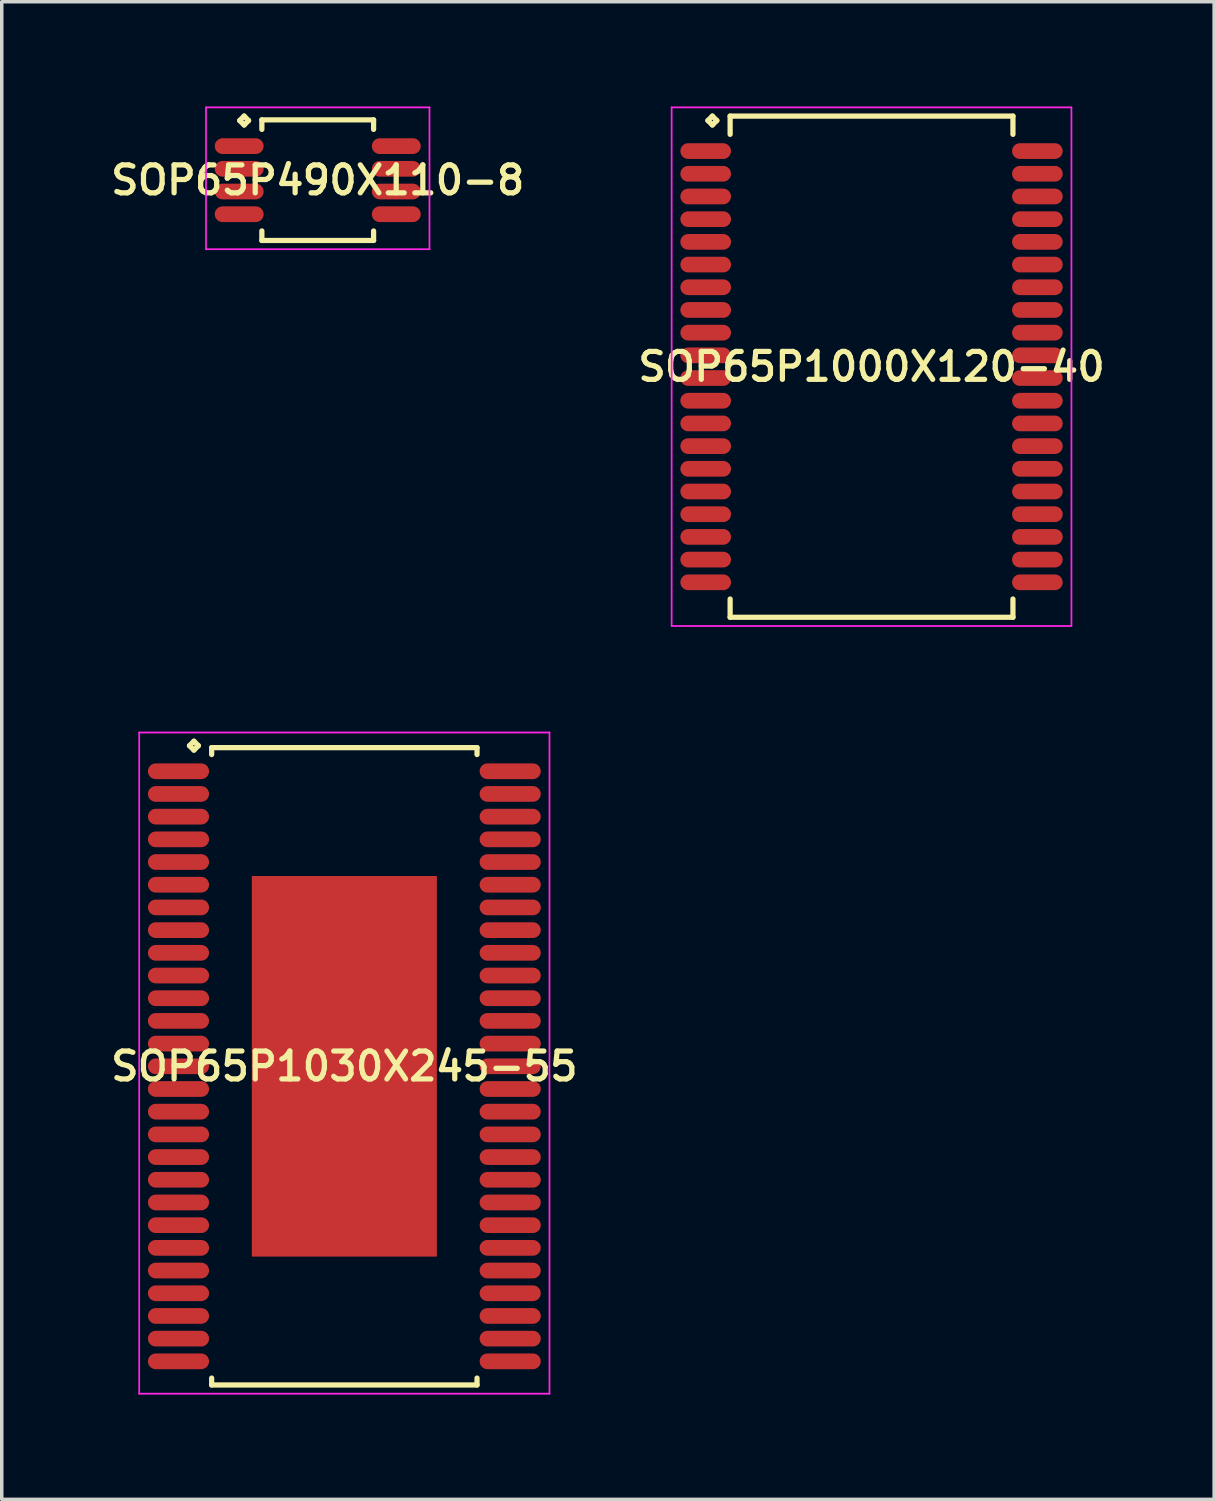
<source format=kicad_pcb>
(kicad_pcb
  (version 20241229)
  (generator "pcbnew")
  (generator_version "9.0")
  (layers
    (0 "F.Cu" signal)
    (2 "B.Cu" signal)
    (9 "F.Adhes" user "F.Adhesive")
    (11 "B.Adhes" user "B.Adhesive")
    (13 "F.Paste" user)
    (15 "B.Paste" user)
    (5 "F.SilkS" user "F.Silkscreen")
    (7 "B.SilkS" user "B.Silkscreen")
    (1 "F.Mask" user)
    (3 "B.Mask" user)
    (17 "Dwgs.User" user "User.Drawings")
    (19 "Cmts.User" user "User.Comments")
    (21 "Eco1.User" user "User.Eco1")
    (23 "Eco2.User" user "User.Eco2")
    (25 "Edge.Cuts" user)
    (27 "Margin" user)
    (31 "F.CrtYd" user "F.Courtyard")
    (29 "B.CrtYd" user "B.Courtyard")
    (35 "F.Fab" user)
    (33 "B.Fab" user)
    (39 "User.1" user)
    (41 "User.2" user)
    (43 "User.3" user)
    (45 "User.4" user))
  (footprint "SOP65P1000X120-40"
    (layer "F.Cu")
    (at 21.911 7.452)
    (property "Reference" "SOP65P1000X120-40" (at 0 0 0) (layer "F.SilkS") (effects (font (size 0.8 0.8) (thickness 0.15))))
    (attr smd)
    (fp_line (start -4.685 -7.05) (end -4.558 -7.177) (stroke (width 0.15) (type solid)) (layer "F.SilkS"))
    (fp_line (start -4.558 -7.177) (end -4.431 -7.05) (stroke (width 0.15) (type solid)) (layer "F.SilkS"))
    (fp_line (start -4.558 -6.923) (end -4.685 -7.05) (stroke (width 0.15) (type solid)) (layer "F.SilkS"))
    (fp_line (start -4.431 -7.05) (end -4.558 -6.923) (stroke (width 0.15) (type solid)) (layer "F.SilkS"))
    (fp_line (start -4.05 -7.177) (end 4.05 -7.177) (stroke (width 0.15) (type solid)) (layer "F.SilkS"))
    (fp_line (start -4.05 -6.654) (end -4.05 -7.177) (stroke (width 0.15) (type solid)) (layer "F.SilkS"))
    (fp_line (start -4.05 6.654) (end -4.05 7.177) (stroke (width 0.15) (type solid)) (layer "F.SilkS"))
    (fp_line (start -4.05 7.177) (end 4.05 7.177) (stroke (width 0.15) (type solid)) (layer "F.SilkS"))
    (fp_line (start 4.05 -7.177) (end 4.05 -6.654) (stroke (width 0.15) (type solid)) (layer "F.SilkS"))
    (fp_line (start 4.05 7.177) (end 4.05 6.654) (stroke (width 0.15) (type solid)) (layer "F.SilkS"))
    (fp_line (start -5.725 -7.427) (end 5.725 -7.427) (stroke (width 0.05) (type solid)) (layer "F.CrtYd"))
    (fp_line (start -5.725 7.427) (end -5.725 -7.427) (stroke (width 0.05) (type solid)) (layer "F.CrtYd"))
    (fp_line (start 5.725 -7.427) (end 5.725 7.427) (stroke (width 0.05) (type solid)) (layer "F.CrtYd"))
    (fp_line (start 5.725 7.427) (end -5.725 7.427) (stroke (width 0.05) (type solid)) (layer "F.CrtYd"))
    (pad "1" smd oval (at -4.75 -6.175) (size 1.45 0.45) (layers "F.Cu" "F.Mask" "F.Paste"))
    (pad "2" smd oval (at -4.75 -5.525) (size 1.45 0.45) (layers "F.Cu" "F.Mask" "F.Paste"))
    (pad "3" smd oval (at -4.75 -4.875) (size 1.45 0.45) (layers "F.Cu" "F.Mask" "F.Paste"))
    (pad "4" smd oval (at -4.75 -4.225) (size 1.45 0.45) (layers "F.Cu" "F.Mask" "F.Paste"))
    (pad "5" smd oval (at -4.75 -3.575) (size 1.45 0.45) (layers "F.Cu" "F.Mask" "F.Paste"))
    (pad "6" smd oval (at -4.75 -2.925) (size 1.45 0.45) (layers "F.Cu" "F.Mask" "F.Paste"))
    (pad "7" smd oval (at -4.75 -2.275) (size 1.45 0.45) (layers "F.Cu" "F.Mask" "F.Paste"))
    (pad "8" smd oval (at -4.75 -1.625) (size 1.45 0.45) (layers "F.Cu" "F.Mask" "F.Paste"))
    (pad "9" smd oval (at -4.75 -0.975) (size 1.45 0.45) (layers "F.Cu" "F.Mask" "F.Paste"))
    (pad "10" smd oval (at -4.75 -0.325) (size 1.45 0.45) (layers "F.Cu" "F.Mask" "F.Paste"))
    (pad "11" smd oval (at -4.75 0.325) (size 1.45 0.45) (layers "F.Cu" "F.Mask" "F.Paste"))
    (pad "12" smd oval (at -4.75 0.975) (size 1.45 0.45) (layers "F.Cu" "F.Mask" "F.Paste"))
    (pad "13" smd oval (at -4.75 1.625) (size 1.45 0.45) (layers "F.Cu" "F.Mask" "F.Paste"))
    (pad "14" smd oval (at -4.75 2.275) (size 1.45 0.45) (layers "F.Cu" "F.Mask" "F.Paste"))
    (pad "15" smd oval (at -4.75 2.925) (size 1.45 0.45) (layers "F.Cu" "F.Mask" "F.Paste"))
    (pad "16" smd oval (at -4.75 3.575) (size 1.45 0.45) (layers "F.Cu" "F.Mask" "F.Paste"))
    (pad "17" smd oval (at -4.75 4.225) (size 1.45 0.45) (layers "F.Cu" "F.Mask" "F.Paste"))
    (pad "18" smd oval (at -4.75 4.875) (size 1.45 0.45) (layers "F.Cu" "F.Mask" "F.Paste"))
    (pad "19" smd oval (at -4.75 5.525) (size 1.45 0.45) (layers "F.Cu" "F.Mask" "F.Paste"))
    (pad "20" smd oval (at -4.75 6.175) (size 1.45 0.45) (layers "F.Cu" "F.Mask" "F.Paste"))
    (pad "21" smd oval (at 4.75 6.175) (size 1.45 0.45) (layers "F.Cu" "F.Mask" "F.Paste"))
    (pad "22" smd oval (at 4.75 5.525) (size 1.45 0.45) (layers "F.Cu" "F.Mask" "F.Paste"))
    (pad "23" smd oval (at 4.75 4.875) (size 1.45 0.45) (layers "F.Cu" "F.Mask" "F.Paste"))
    (pad "24" smd oval (at 4.75 4.225) (size 1.45 0.45) (layers "F.Cu" "F.Mask" "F.Paste"))
    (pad "25" smd oval (at 4.75 3.575) (size 1.45 0.45) (layers "F.Cu" "F.Mask" "F.Paste"))
    (pad "26" smd oval (at 4.75 2.925) (size 1.45 0.45) (layers "F.Cu" "F.Mask" "F.Paste"))
    (pad "27" smd oval (at 4.75 2.275) (size 1.45 0.45) (layers "F.Cu" "F.Mask" "F.Paste"))
    (pad "28" smd oval (at 4.75 1.625) (size 1.45 0.45) (layers "F.Cu" "F.Mask" "F.Paste"))
    (pad "29" smd oval (at 4.75 0.975) (size 1.45 0.45) (layers "F.Cu" "F.Mask" "F.Paste"))
    (pad "30" smd oval (at 4.75 0.325) (size 1.45 0.45) (layers "F.Cu" "F.Mask" "F.Paste"))
    (pad "31" smd oval (at 4.75 -0.325) (size 1.45 0.45) (layers "F.Cu" "F.Mask" "F.Paste"))
    (pad "32" smd oval (at 4.75 -0.975) (size 1.45 0.45) (layers "F.Cu" "F.Mask" "F.Paste"))
    (pad "33" smd oval (at 4.75 -1.625) (size 1.45 0.45) (layers "F.Cu" "F.Mask" "F.Paste"))
    (pad "34" smd oval (at 4.75 -2.275) (size 1.45 0.45) (layers "F.Cu" "F.Mask" "F.Paste"))
    (pad "35" smd oval (at 4.75 -2.925) (size 1.45 0.45) (layers "F.Cu" "F.Mask" "F.Paste"))
    (pad "36" smd oval (at 4.75 -3.575) (size 1.45 0.45) (layers "F.Cu" "F.Mask" "F.Paste"))
    (pad "37" smd oval (at 4.75 -4.225) (size 1.45 0.45) (layers "F.Cu" "F.Mask" "F.Paste"))
    (pad "38" smd oval (at 4.75 -4.875) (size 1.45 0.45) (layers "F.Cu" "F.Mask" "F.Paste"))
    (pad "39" smd oval (at 4.75 -5.525) (size 1.45 0.45) (layers "F.Cu" "F.Mask" "F.Paste"))
    (pad "40" smd oval (at 4.75 -6.175) (size 1.45 0.45) (layers "F.Cu" "F.Mask" "F.Paste")))
  (footprint "SOP65P1030X245-55"
    (layer "F.Cu")
    (at 6.812 27.489)
    (property "Reference" "SOP65P1030X245-55" (at 0 0 0) (layer "F.SilkS") (effects (font (size 0.8 0.8) (thickness 0.15))))
    (attr smd)
    (fp_line (start -4.435 -9.183) (end -4.308 -9.31) (stroke (width 0.15) (type solid)) (layer "F.SilkS"))
    (fp_line (start -4.308 -9.31) (end -4.181 -9.183) (stroke (width 0.15) (type solid)) (layer "F.SilkS"))
    (fp_line (start -4.308 -9.056) (end -4.435 -9.183) (stroke (width 0.15) (type solid)) (layer "F.SilkS"))
    (fp_line (start -4.181 -9.183) (end -4.308 -9.056) (stroke (width 0.15) (type solid)) (layer "F.SilkS"))
    (fp_line (start -3.8 -9.127) (end 3.8 -9.127) (stroke (width 0.15) (type solid)) (layer "F.SilkS"))
    (fp_line (start -3.8 -8.929) (end -3.8 -9.127) (stroke (width 0.15) (type solid)) (layer "F.SilkS"))
    (fp_line (start -3.8 8.929) (end -3.8 9.127) (stroke (width 0.15) (type solid)) (layer "F.SilkS"))
    (fp_line (start -3.8 9.127) (end 3.8 9.127) (stroke (width 0.15) (type solid)) (layer "F.SilkS"))
    (fp_line (start 3.8 -9.127) (end 3.8 -8.929) (stroke (width 0.15) (type solid)) (layer "F.SilkS"))
    (fp_line (start 3.8 9.127) (end 3.8 8.929) (stroke (width 0.15) (type solid)) (layer "F.SilkS"))
    (fp_line (start -5.875 -9.56) (end 5.875 -9.56) (stroke (width 0.05) (type solid)) (layer "F.CrtYd"))
    (fp_line (start -5.875 9.377) (end -5.875 -9.56) (stroke (width 0.05) (type solid)) (layer "F.CrtYd"))
    (fp_line (start 5.875 -9.56) (end 5.875 9.377) (stroke (width 0.05) (type solid)) (layer "F.CrtYd"))
    (fp_line (start 5.875 9.377) (end -5.875 9.377) (stroke (width 0.05) (type solid)) (layer "F.CrtYd"))
    (pad "1" smd oval (at -4.75 -8.45) (size 1.75 0.45) (layers "F.Cu" "F.Mask" "F.Paste"))
    (pad "2" smd oval (at -4.75 -7.8) (size 1.75 0.45) (layers "F.Cu" "F.Mask" "F.Paste"))
    (pad "3" smd oval (at -4.75 -7.15) (size 1.75 0.45) (layers "F.Cu" "F.Mask" "F.Paste"))
    (pad "4" smd oval (at -4.75 -6.5) (size 1.75 0.45) (layers "F.Cu" "F.Mask" "F.Paste"))
    (pad "5" smd oval (at -4.75 -5.85) (size 1.75 0.45) (layers "F.Cu" "F.Mask" "F.Paste"))
    (pad "6" smd oval (at -4.75 -5.2) (size 1.75 0.45) (layers "F.Cu" "F.Mask" "F.Paste"))
    (pad "7" smd oval (at -4.75 -4.55) (size 1.75 0.45) (layers "F.Cu" "F.Mask" "F.Paste"))
    (pad "8" smd oval (at -4.75 -3.9) (size 1.75 0.45) (layers "F.Cu" "F.Mask" "F.Paste"))
    (pad "9" smd oval (at -4.75 -3.25) (size 1.75 0.45) (layers "F.Cu" "F.Mask" "F.Paste"))
    (pad "10" smd oval (at -4.75 -2.6) (size 1.75 0.45) (layers "F.Cu" "F.Mask" "F.Paste"))
    (pad "11" smd oval (at -4.75 -1.95) (size 1.75 0.45) (layers "F.Cu" "F.Mask" "F.Paste"))
    (pad "12" smd oval (at -4.75 -1.3) (size 1.75 0.45) (layers "F.Cu" "F.Mask" "F.Paste"))
    (pad "13" smd oval (at -4.75 -0.65) (size 1.75 0.45) (layers "F.Cu" "F.Mask" "F.Paste"))
    (pad "14" smd oval (at -4.75 0) (size 1.75 0.45) (layers "F.Cu" "F.Mask" "F.Paste"))
    (pad "15" smd oval (at -4.75 0.65) (size 1.75 0.45) (layers "F.Cu" "F.Mask" "F.Paste"))
    (pad "16" smd oval (at -4.75 1.3) (size 1.75 0.45) (layers "F.Cu" "F.Mask" "F.Paste"))
    (pad "17" smd oval (at -4.75 1.95) (size 1.75 0.45) (layers "F.Cu" "F.Mask" "F.Paste"))
    (pad "18" smd oval (at -4.75 2.6) (size 1.75 0.45) (layers "F.Cu" "F.Mask" "F.Paste"))
    (pad "19" smd oval (at -4.75 3.25) (size 1.75 0.45) (layers "F.Cu" "F.Mask" "F.Paste"))
    (pad "20" smd oval (at -4.75 3.9) (size 1.75 0.45) (layers "F.Cu" "F.Mask" "F.Paste"))
    (pad "21" smd oval (at -4.75 4.55) (size 1.75 0.45) (layers "F.Cu" "F.Mask" "F.Paste"))
    (pad "22" smd oval (at -4.75 5.2) (size 1.75 0.45) (layers "F.Cu" "F.Mask" "F.Paste"))
    (pad "23" smd oval (at -4.75 5.85) (size 1.75 0.45) (layers "F.Cu" "F.Mask" "F.Paste"))
    (pad "24" smd oval (at -4.75 6.5) (size 1.75 0.45) (layers "F.Cu" "F.Mask" "F.Paste"))
    (pad "25" smd oval (at -4.75 7.15) (size 1.75 0.45) (layers "F.Cu" "F.Mask" "F.Paste"))
    (pad "26" smd oval (at -4.75 7.8) (size 1.75 0.45) (layers "F.Cu" "F.Mask" "F.Paste"))
    (pad "27" smd oval (at -4.75 8.45) (size 1.75 0.45) (layers "F.Cu" "F.Mask" "F.Paste"))
    (pad "28" smd oval (at 4.75 8.45) (size 1.75 0.45) (layers "F.Cu" "F.Mask" "F.Paste"))
    (pad "29" smd oval (at 4.75 7.8) (size 1.75 0.45) (layers "F.Cu" "F.Mask" "F.Paste"))
    (pad "30" smd oval (at 4.75 7.15) (size 1.75 0.45) (layers "F.Cu" "F.Mask" "F.Paste"))
    (pad "31" smd oval (at 4.75 6.5) (size 1.75 0.45) (layers "F.Cu" "F.Mask" "F.Paste"))
    (pad "32" smd oval (at 4.75 5.85) (size 1.75 0.45) (layers "F.Cu" "F.Mask" "F.Paste"))
    (pad "33" smd oval (at 4.75 5.2) (size 1.75 0.45) (layers "F.Cu" "F.Mask" "F.Paste"))
    (pad "34" smd oval (at 4.75 4.55) (size 1.75 0.45) (layers "F.Cu" "F.Mask" "F.Paste"))
    (pad "35" smd oval (at 4.75 3.9) (size 1.75 0.45) (layers "F.Cu" "F.Mask" "F.Paste"))
    (pad "36" smd oval (at 4.75 3.25) (size 1.75 0.45) (layers "F.Cu" "F.Mask" "F.Paste"))
    (pad "37" smd oval (at 4.75 2.6) (size 1.75 0.45) (layers "F.Cu" "F.Mask" "F.Paste"))
    (pad "38" smd oval (at 4.75 1.95) (size 1.75 0.45) (layers "F.Cu" "F.Mask" "F.Paste"))
    (pad "39" smd oval (at 4.75 1.3) (size 1.75 0.45) (layers "F.Cu" "F.Mask" "F.Paste"))
    (pad "40" smd oval (at 4.75 0.65) (size 1.75 0.45) (layers "F.Cu" "F.Mask" "F.Paste"))
    (pad "41" smd oval (at 4.75 0) (size 1.75 0.45) (layers "F.Cu" "F.Mask" "F.Paste"))
    (pad "42" smd oval (at 4.75 -0.65) (size 1.75 0.45) (layers "F.Cu" "F.Mask" "F.Paste"))
    (pad "43" smd oval (at 4.75 -1.3) (size 1.75 0.45) (layers "F.Cu" "F.Mask" "F.Paste"))
    (pad "44" smd oval (at 4.75 -1.95) (size 1.75 0.45) (layers "F.Cu" "F.Mask" "F.Paste"))
    (pad "45" smd oval (at 4.75 -2.6) (size 1.75 0.45) (layers "F.Cu" "F.Mask" "F.Paste"))
    (pad "46" smd oval (at 4.75 -3.25) (size 1.75 0.45) (layers "F.Cu" "F.Mask" "F.Paste"))
    (pad "47" smd oval (at 4.75 -3.9) (size 1.75 0.45) (layers "F.Cu" "F.Mask" "F.Paste"))
    (pad "48" smd oval (at 4.75 -4.55) (size 1.75 0.45) (layers "F.Cu" "F.Mask" "F.Paste"))
    (pad "49" smd oval (at 4.75 -5.2) (size 1.75 0.45) (layers "F.Cu" "F.Mask" "F.Paste"))
    (pad "50" smd oval (at 4.75 -5.85) (size 1.75 0.45) (layers "F.Cu" "F.Mask" "F.Paste"))
    (pad "51" smd oval (at 4.75 -6.5) (size 1.75 0.45) (layers "F.Cu" "F.Mask" "F.Paste"))
    (pad "52" smd oval (at 4.75 -7.15) (size 1.75 0.45) (layers "F.Cu" "F.Mask" "F.Paste"))
    (pad "53" smd oval (at 4.75 -7.8) (size 1.75 0.45) (layers "F.Cu" "F.Mask" "F.Paste"))
    (pad "54" smd oval (at 4.75 -8.45) (size 1.75 0.45) (layers "F.Cu" "F.Mask" "F.Paste"))
    (pad "55" smd rect (at 0 0) (size 5.3 10.9) (layers "F.Cu" "F.Mask" "F.Paste")))
  (footprint "SOP65P490X110-8"
    (layer "F.Cu")
    (at 6.05 2.11)
    (property "Reference" "SOP65P490X110-8" (at 0 0 0) (layer "F.SilkS") (effects (font (size 0.8 0.8) (thickness 0.15))))
    (attr smd)
    (fp_line (start -2.235 -1.708) (end -2.108 -1.835) (stroke (width 0.15) (type solid)) (layer "F.SilkS"))
    (fp_line (start -2.108 -1.835) (end -1.981 -1.708) (stroke (width 0.15) (type solid)) (layer "F.SilkS"))
    (fp_line (start -2.108 -1.581) (end -2.235 -1.708) (stroke (width 0.15) (type solid)) (layer "F.SilkS"))
    (fp_line (start -1.981 -1.708) (end -2.108 -1.581) (stroke (width 0.15) (type solid)) (layer "F.SilkS"))
    (fp_line (start -1.6 -1.727) (end 1.6 -1.727) (stroke (width 0.15) (type solid)) (layer "F.SilkS"))
    (fp_line (start -1.6 -1.454) (end -1.6 -1.727) (stroke (width 0.15) (type solid)) (layer "F.SilkS"))
    (fp_line (start -1.6 1.454) (end -1.6 1.727) (stroke (width 0.15) (type solid)) (layer "F.SilkS"))
    (fp_line (start -1.6 1.727) (end 1.6 1.727) (stroke (width 0.15) (type solid)) (layer "F.SilkS"))
    (fp_line (start 1.6 -1.727) (end 1.6 -1.454) (stroke (width 0.15) (type solid)) (layer "F.SilkS"))
    (fp_line (start 1.6 1.727) (end 1.6 1.454) (stroke (width 0.15) (type solid)) (layer "F.SilkS"))
    (fp_line (start -3.2 -2.085) (end 3.2 -2.085) (stroke (width 0.05) (type solid)) (layer "F.CrtYd"))
    (fp_line (start -3.2 1.977) (end -3.2 -2.085) (stroke (width 0.05) (type solid)) (layer "F.CrtYd"))
    (fp_line (start 3.2 -2.085) (end 3.2 1.977) (stroke (width 0.05) (type solid)) (layer "F.CrtYd"))
    (fp_line (start 3.2 1.977) (end -3.2 1.977) (stroke (width 0.05) (type solid)) (layer "F.CrtYd"))
    (pad "1" smd oval (at -2.25 -0.975) (size 1.4 0.45) (layers "F.Cu" "F.Mask" "F.Paste"))
    (pad "2" smd oval (at -2.25 -0.325) (size 1.4 0.45) (layers "F.Cu" "F.Mask" "F.Paste"))
    (pad "3" smd oval (at -2.25 0.325) (size 1.4 0.45) (layers "F.Cu" "F.Mask" "F.Paste"))
    (pad "4" smd oval (at -2.25 0.975) (size 1.4 0.45) (layers "F.Cu" "F.Mask" "F.Paste"))
    (pad "5" smd oval (at 2.25 0.975) (size 1.4 0.45) (layers "F.Cu" "F.Mask" "F.Paste"))
    (pad "6" smd oval (at 2.25 0.325) (size 1.4 0.45) (layers "F.Cu" "F.Mask" "F.Paste"))
    (pad "7" smd oval (at 2.25 -0.325) (size 1.4 0.45) (layers "F.Cu" "F.Mask" "F.Paste"))
    (pad "8" smd oval (at 2.25 -0.975) (size 1.4 0.45) (layers "F.Cu" "F.Mask" "F.Paste")))
  (gr_rect
    (start -3 -3)
    (end 31.723 39.891)
    (stroke (width 0.1) (type default))
    (fill no)
    (layer "Edge.Cuts")))
</source>
